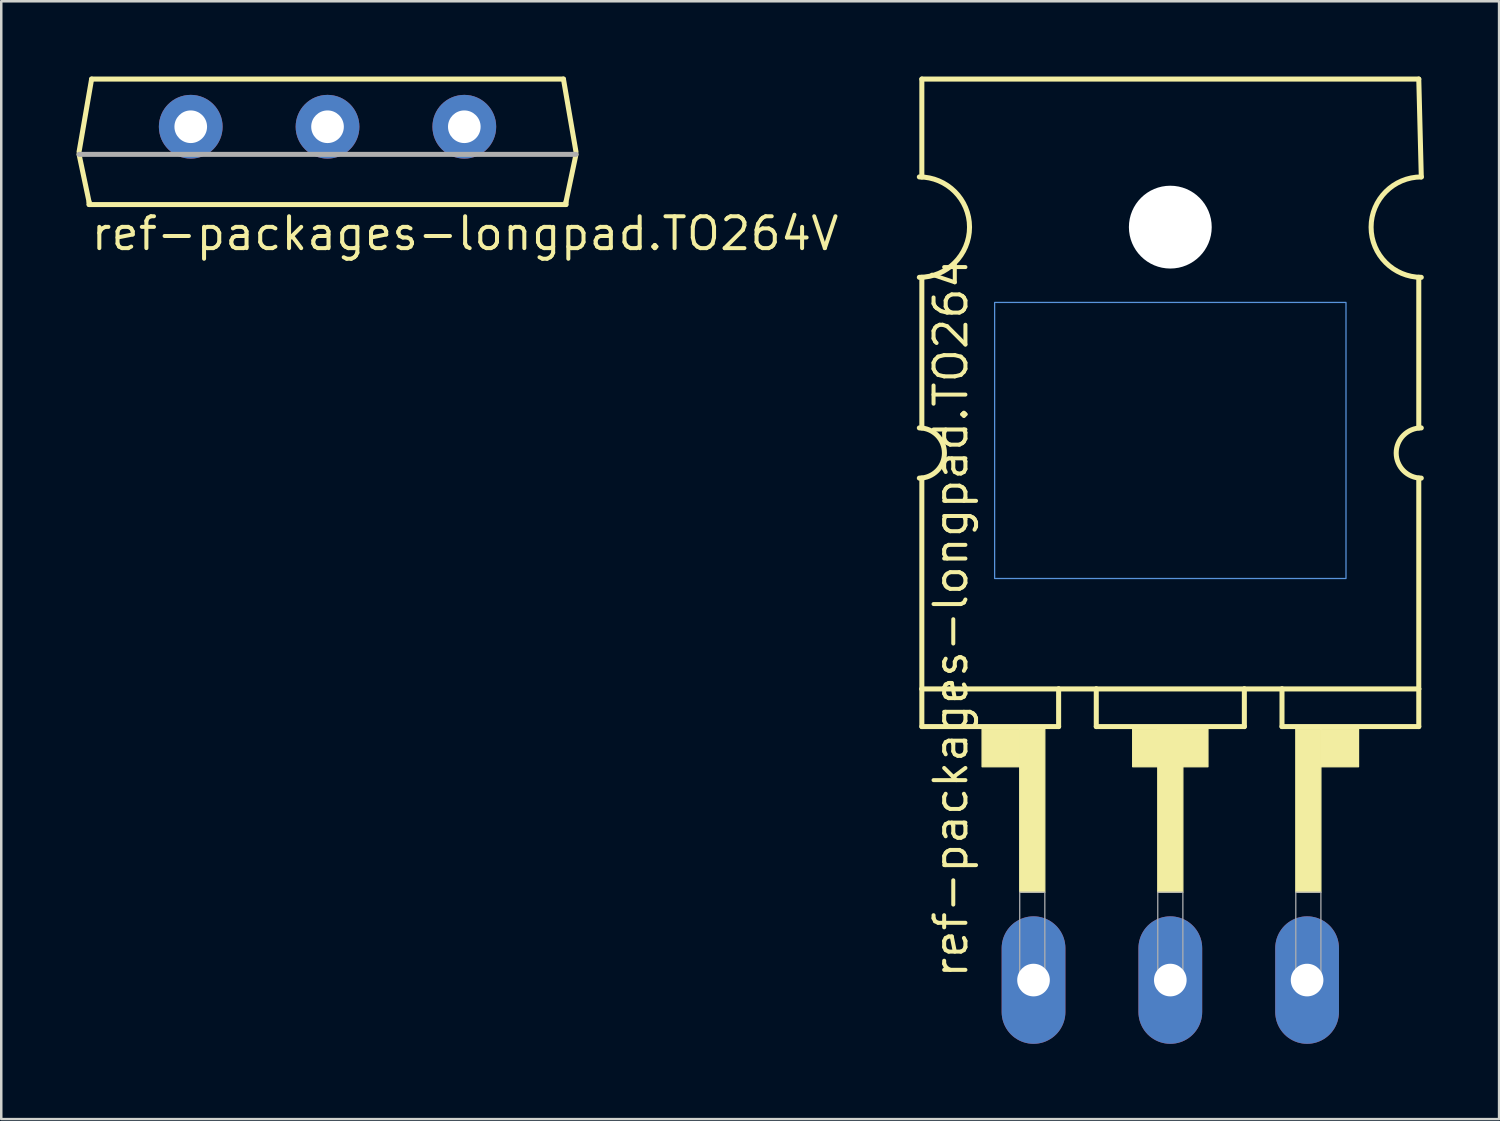
<source format=kicad_pcb>
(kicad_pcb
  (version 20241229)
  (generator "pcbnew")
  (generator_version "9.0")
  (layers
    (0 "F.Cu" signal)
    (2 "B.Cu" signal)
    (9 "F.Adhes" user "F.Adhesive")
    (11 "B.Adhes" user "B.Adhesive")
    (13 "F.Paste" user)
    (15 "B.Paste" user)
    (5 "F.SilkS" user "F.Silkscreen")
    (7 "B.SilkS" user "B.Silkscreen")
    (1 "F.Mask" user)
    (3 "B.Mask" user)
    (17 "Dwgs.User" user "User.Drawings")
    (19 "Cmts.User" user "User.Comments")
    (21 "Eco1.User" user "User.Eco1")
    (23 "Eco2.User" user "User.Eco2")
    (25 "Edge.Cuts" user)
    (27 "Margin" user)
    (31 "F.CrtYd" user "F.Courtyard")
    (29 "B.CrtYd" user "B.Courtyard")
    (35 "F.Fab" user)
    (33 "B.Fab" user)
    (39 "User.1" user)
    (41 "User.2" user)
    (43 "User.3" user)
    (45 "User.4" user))
  (footprint "ref-packages-longpad.TO264V"
    (layer "F.Cu")
    (at 10 2)
    (property "Reference" "ref-packages-longpad.TO264V" (at -9.5 5 0) (layer "F.SilkS") (effects (font (size 1.27 1.27) (thickness 0.16)) (justify left bottom)))
    (attr through_hole)
    (fp_line (start -9.5 3) (end -9.9 1.1) (stroke (width 0.2) (type default)) (layer "F.SilkS"))
    (fp_line (start -9.5 3.1) (end -9.5 3) (stroke (width 0.2) (type default)) (layer "F.SilkS"))
    (fp_line (start -9.4 -1.9) (end -9.9 1) (stroke (width 0.2) (type default)) (layer "F.SilkS"))
    (fp_line (start 9.4 -1.9) (end -9.4 -1.9) (stroke (width 0.2) (type default)) (layer "F.SilkS"))
    (fp_line (start 9.5 3) (end 9.5 3.1) (stroke (width 0.2) (type default)) (layer "F.SilkS"))
    (fp_line (start 9.5 3.1) (end -9.5 3.1) (stroke (width 0.2) (type default)) (layer "F.SilkS"))
    (fp_line (start 9.9 1) (end 9.4 -1.9) (stroke (width 0.2) (type default)) (layer "F.SilkS"))
    (fp_line (start 9.9 1.1) (end 9.5 3) (stroke (width 0.2) (type default)) (layer "F.SilkS"))
    (fp_line (start 9.9 1.1) (end -9.9 1.1) (stroke (width 0.2) (type default)) (layer "F.Fab"))
    (pad "1" thru_hole circle (at -5.45 0) (size 2.54 2.54) (drill 1.3) (layers "*.Cu" "*.Mask"))
    (pad "2" thru_hole circle (at 0 0) (size 2.54 2.54) (drill 1.3) (layers "*.Cu" "*.Mask"))
    (pad "3" thru_hole circle (at 5.45 0) (size 2.54 2.54) (drill 1.3) (layers "*.Cu" "*.Mask")))
  (footprint "ref-packages-longpad.TO264"
    (layer "F.Cu")
    (at 43.58 6)
    (property "Reference" "ref-packages-longpad.TO264" (at -8 30 90) (layer "F.SilkS") (effects (font (size 1.27 1.27) (thickness 0.16)) (justify left bottom)))
    (attr through_hole)
    (fp_line (start -9.9 -5.9) (end -9.9 -2) (stroke (width 0.2) (type default)) (layer "F.SilkS"))
    (fp_line (start -9.9 2) (end -9.9 8) (stroke (width 0.2) (type default)) (layer "F.SilkS"))
    (fp_line (start -9.9 10) (end -9.9 18.4) (stroke (width 0.2) (type default)) (layer "F.SilkS"))
    (fp_line (start -9.9 18.4) (end -9.9 19.9) (stroke (width 0.2) (type default)) (layer "F.SilkS"))
    (fp_line (start -9.9 18.4) (end -4.45 18.4) (stroke (width 0.2) (type default)) (layer "F.SilkS"))
    (fp_line (start -9.9 19.9) (end -4.45 19.9) (stroke (width 0.2) (type default)) (layer "F.SilkS"))
    (fp_line (start -4.45 18.4) (end -2.95 18.4) (stroke (width 0.2) (type default)) (layer "F.SilkS"))
    (fp_line (start -4.45 19.9) (end -4.45 18.4) (stroke (width 0.2) (type default)) (layer "F.SilkS"))
    (fp_line (start -2.95 18.4) (end 2.95 18.4) (stroke (width 0.2) (type default)) (layer "F.SilkS"))
    (fp_line (start -2.95 19.9) (end -2.95 18.4) (stroke (width 0.2) (type default)) (layer "F.SilkS"))
    (fp_line (start -2.95 19.9) (end 2.95 19.9) (stroke (width 0.2) (type default)) (layer "F.SilkS"))
    (fp_line (start 2.95 18.4) (end 4.45 18.4) (stroke (width 0.2) (type default)) (layer "F.SilkS"))
    (fp_line (start 2.95 19.9) (end 2.95 18.4) (stroke (width 0.2) (type default)) (layer "F.SilkS"))
    (fp_line (start 4.45 18.4) (end 9.9 18.4) (stroke (width 0.2) (type default)) (layer "F.SilkS"))
    (fp_line (start 4.45 19.9) (end 4.45 18.4) (stroke (width 0.2) (type default)) (layer "F.SilkS"))
    (fp_line (start 4.45 19.9) (end 9.9 19.9) (stroke (width 0.2) (type default)) (layer "F.SilkS"))
    (fp_line (start 9.9 -5.9) (end -9.9 -5.9) (stroke (width 0.2) (type default)) (layer "F.SilkS"))
    (fp_line (start 9.9 8) (end 9.9 2) (stroke (width 0.2) (type default)) (layer "F.SilkS"))
    (fp_line (start 9.9 18.4) (end 9.9 10) (stroke (width 0.2) (type default)) (layer "F.SilkS"))
    (fp_line (start 9.9 19.9) (end 9.9 18.4) (stroke (width 0.2) (type default)) (layer "F.SilkS"))
    (fp_line (start 10 -2) (end 9.9 -5.9) (stroke (width 0.2) (type default)) (layer "F.SilkS"))
    (fp_rect (start -7.5 21.5) (end -6 20) (stroke (width 0.05) (type default)) (fill yes) (layer "F.SilkS"))
    (fp_rect (start -6 26.5) (end -5 20) (stroke (width 0.05) (type default)) (fill yes) (layer "F.SilkS"))
    (fp_rect (start -1.5 21.5) (end 1.5 20) (stroke (width 0.05) (type default)) (fill yes) (layer "F.SilkS"))
    (fp_rect (start -0.5 26.5) (end 0.5 20) (stroke (width 0.05) (type default)) (fill yes) (layer "F.SilkS"))
    (fp_rect (start 5 26.5) (end 6 20) (stroke (width 0.05) (type default)) (fill yes) (layer "F.SilkS"))
    (fp_rect (start 6 21.5) (end 7.5 20) (stroke (width 0.05) (type default)) (fill yes) (layer "F.SilkS"))
    (fp_arc (start -10 -2) (mid -8 0) (end -10 2) (stroke (width 0.2) (type default)) (layer "F.SilkS"))
    (fp_arc (start -10 8) (mid -9 9) (end -10 10) (stroke (width 0.2) (type default)) (layer "F.SilkS"))
    (fp_arc (start 10 2) (mid 8 0) (end 10 -2) (stroke (width 0.2) (type default)) (layer "F.SilkS"))
    (fp_arc (start 10 10) (mid 9 9) (end 10 8) (stroke (width 0.2) (type default)) (layer "F.SilkS"))
    (fp_rect (start -7 14) (end 7 3) (stroke (width 0.05) (type default)) (fill no) (layer "Cmts.User"))
    (fp_rect (start -6 30) (end -5 26.5) (stroke (width 0.05) (type default)) (fill no) (layer "F.Fab"))
    (fp_rect (start -0.5 30) (end 0.5 26.5) (stroke (width 0.05) (type default)) (fill no) (layer "F.Fab"))
    (fp_rect (start 5 30) (end 6 26.5) (stroke (width 0.05) (type default)) (fill no) (layer "F.Fab"))
    (pad "" np_thru_hole circle (at 0 0) (size 3.3 3.3) (drill 3.3) (layers "*.Cu" "*.Mask"))
    (pad "1" thru_hole oval (at -5.45 30 90) (size 5.08 2.54) (drill 1.3) (layers "*.Cu" "*.Mask"))
    (pad "2" thru_hole oval (at 0 30 90) (size 5.08 2.54) (drill 1.3) (layers "*.Cu" "*.Mask"))
    (pad "3" thru_hole oval (at 5.45 30 90) (size 5.08 2.54) (drill 1.3) (layers "*.Cu" "*.Mask")))
  (gr_rect
    (start -3 -3)
    (end 56.68 41.54)
    (stroke (width 0.1) (type default))
    (fill no)
    (layer "Edge.Cuts")))
</source>
